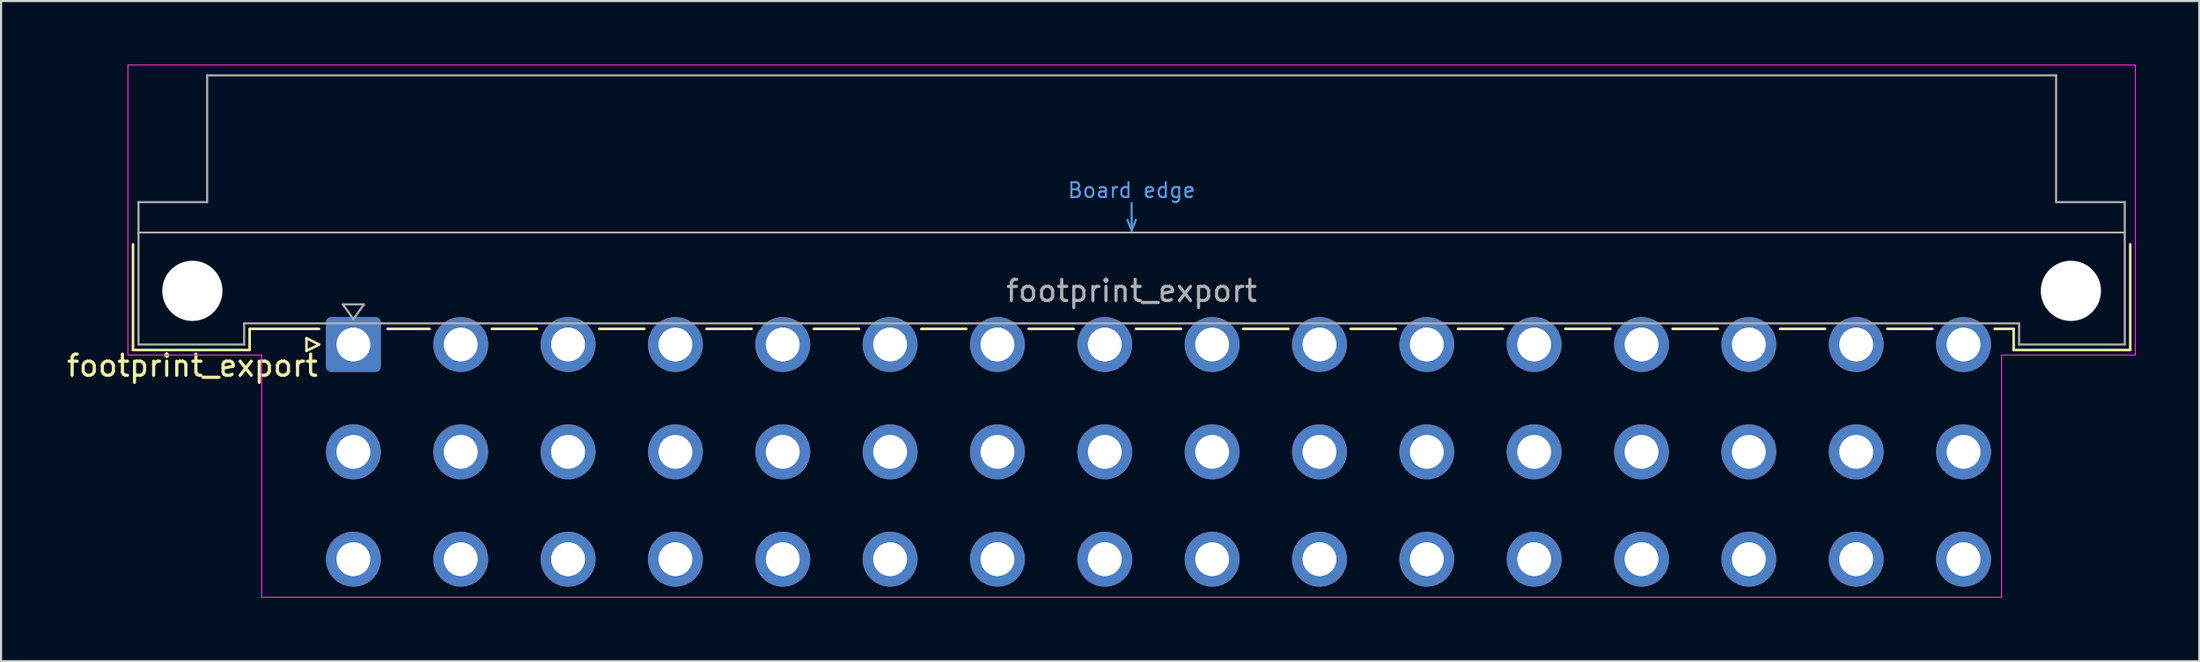
<source format=kicad_pcb>
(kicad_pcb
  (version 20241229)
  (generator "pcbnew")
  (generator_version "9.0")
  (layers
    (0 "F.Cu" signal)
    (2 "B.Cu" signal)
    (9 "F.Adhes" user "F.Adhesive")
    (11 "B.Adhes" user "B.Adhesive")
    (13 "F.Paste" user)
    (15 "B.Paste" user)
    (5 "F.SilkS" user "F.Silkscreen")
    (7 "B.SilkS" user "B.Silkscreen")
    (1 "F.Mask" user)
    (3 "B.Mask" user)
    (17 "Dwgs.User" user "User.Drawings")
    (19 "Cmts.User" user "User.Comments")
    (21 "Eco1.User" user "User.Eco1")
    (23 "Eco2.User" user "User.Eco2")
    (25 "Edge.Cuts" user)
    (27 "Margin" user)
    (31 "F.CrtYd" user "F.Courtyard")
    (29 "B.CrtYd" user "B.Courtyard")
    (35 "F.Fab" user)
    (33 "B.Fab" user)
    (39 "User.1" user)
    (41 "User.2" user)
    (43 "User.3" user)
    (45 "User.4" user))
  (footprint "footprint_export"
    (layer "F.Cu")
    (at 11.134 13.255)
    (property "Reference" "footprint_export" (at -5.08 1 0) (layer "F.SilkS") (effects (font (size 1 1) (thickness 0.15))))
    (attr through_hole)
    (fp_line (start -7.89 -4.74) (end -7.89 0.26) (stroke (width 0.12) (type solid)) (layer "F.SilkS"))
    (fp_line (start -7.89 0.26) (end -2.37 0.26) (stroke (width 0.12) (type solid)) (layer "F.SilkS"))
    (fp_line (start -2.371 -0.74) (end 0.92 -0.74) (stroke (width 0.12) (type solid)) (layer "F.SilkS"))
    (fp_line (start -2.37 0.26) (end -2.37 -0.74) (stroke (width 0.12) (type solid)) (layer "F.SilkS"))
    (fp_line (start 0.32 -0.3) (end 0.32 0.3) (stroke (width 0.12) (type solid)) (layer "F.SilkS"))
    (fp_line (start 0.32 0.3) (end 0.92 0) (stroke (width 0.12) (type solid)) (layer "F.SilkS"))
    (fp_line (start 0.92 0) (end 0.32 -0.3) (stroke (width 0.12) (type solid)) (layer "F.SilkS"))
    (fp_line (start 4.16 -0.74) (end 6.149 -0.74) (stroke (width 0.12) (type solid)) (layer "F.SilkS"))
    (fp_line (start 9.092 -0.74) (end 11.229 -0.74) (stroke (width 0.12) (type solid)) (layer "F.SilkS"))
    (fp_line (start 14.172 -0.74) (end 16.309 -0.74) (stroke (width 0.12) (type solid)) (layer "F.SilkS"))
    (fp_line (start 19.252 -0.74) (end 21.389 -0.74) (stroke (width 0.12) (type solid)) (layer "F.SilkS"))
    (fp_line (start 24.332 -0.74) (end 26.469 -0.74) (stroke (width 0.12) (type solid)) (layer "F.SilkS"))
    (fp_line (start 29.412 -0.74) (end 31.549 -0.74) (stroke (width 0.12) (type solid)) (layer "F.SilkS"))
    (fp_line (start 34.492 -0.74) (end 36.629 -0.74) (stroke (width 0.12) (type solid)) (layer "F.SilkS"))
    (fp_line (start 39.572 -0.74) (end 41.709 -0.74) (stroke (width 0.12) (type solid)) (layer "F.SilkS"))
    (fp_line (start 44.652 -0.74) (end 46.789 -0.74) (stroke (width 0.12) (type solid)) (layer "F.SilkS"))
    (fp_line (start 49.732 -0.74) (end 51.869 -0.74) (stroke (width 0.12) (type solid)) (layer "F.SilkS"))
    (fp_line (start 54.812 -0.74) (end 56.949 -0.74) (stroke (width 0.12) (type solid)) (layer "F.SilkS"))
    (fp_line (start 59.892 -0.74) (end 62.029 -0.74) (stroke (width 0.12) (type solid)) (layer "F.SilkS"))
    (fp_line (start 64.972 -0.74) (end 67.109 -0.74) (stroke (width 0.12) (type solid)) (layer "F.SilkS"))
    (fp_line (start 70.052 -0.74) (end 72.189 -0.74) (stroke (width 0.12) (type solid)) (layer "F.SilkS"))
    (fp_line (start 75.132 -0.74) (end 77.269 -0.74) (stroke (width 0.12) (type solid)) (layer "F.SilkS"))
    (fp_line (start 80.212 -0.74) (end 81.11 -0.74) (stroke (width 0.12) (type solid)) (layer "F.SilkS"))
    (fp_line (start 81.11 0.26) (end 81.11 -0.74) (stroke (width 0.12) (type solid)) (layer "F.SilkS"))
    (fp_line (start 86.63 -4.74) (end 86.63 0.26) (stroke (width 0.12) (type solid)) (layer "F.SilkS"))
    (fp_line (start 86.63 0.26) (end 81.11 0.26) (stroke (width 0.12) (type solid)) (layer "F.SilkS"))
    (fp_line (start -7.63 -5.3) (end 86.37 -5.3) (stroke (width 0.08) (type solid)) (layer "Dwgs.User"))
    (fp_line (start 39.17 -5.9) (end 39.37 -5.4) (stroke (width 0.1) (type solid)) (layer "Cmts.User"))
    (fp_line (start 39.37 -5.4) (end 39.37 -6.7) (stroke (width 0.1) (type solid)) (layer "Cmts.User"))
    (fp_line (start 39.37 -5.4) (end 39.57 -5.9) (stroke (width 0.1) (type solid)) (layer "Cmts.User"))
    (fp_line (start -8.13 -13.23) (end -8.13 0.5) (stroke (width 0.05) (type solid)) (layer "F.CrtYd"))
    (fp_line (start -8.13 0.5) (end -1.8 0.5) (stroke (width 0.05) (type solid)) (layer "F.CrtYd"))
    (fp_line (start -1.8 0.5) (end -1.8 11.96) (stroke (width 0.05) (type solid)) (layer "F.CrtYd"))
    (fp_line (start -1.8 11.96) (end 80.54 11.96) (stroke (width 0.05) (type solid)) (layer "F.CrtYd"))
    (fp_line (start 80.54 0.5) (end 86.87 0.5) (stroke (width 0.05) (type solid)) (layer "F.CrtYd"))
    (fp_line (start 80.54 11.96) (end 80.54 0.5) (stroke (width 0.05) (type solid)) (layer "F.CrtYd"))
    (fp_line (start 86.87 -13.23) (end -8.13 -13.23) (stroke (width 0.05) (type solid)) (layer "F.CrtYd"))
    (fp_line (start 86.87 0.5) (end 86.87 -13.23) (stroke (width 0.05) (type solid)) (layer "F.CrtYd"))
    (fp_line (start -7.63 -6.74) (end -7.63 0) (stroke (width 0.1) (type solid)) (layer "F.Fab"))
    (fp_line (start -7.63 0) (end -2.63 0) (stroke (width 0.1) (type solid)) (layer "F.Fab"))
    (fp_line (start -4.38 -12.74) (end -4.38 -6.74) (stroke (width 0.1) (type solid)) (layer "F.Fab"))
    (fp_line (start -4.38 -6.74) (end -7.63 -6.74) (stroke (width 0.1) (type solid)) (layer "F.Fab"))
    (fp_line (start -2.63 -1) (end 81.37 -1) (stroke (width 0.1) (type solid)) (layer "F.Fab"))
    (fp_line (start -2.63 0) (end -2.63 -1) (stroke (width 0.1) (type solid)) (layer "F.Fab"))
    (fp_line (start 2.04 -1.9) (end 3.04 -1.9) (stroke (width 0.1) (type solid)) (layer "F.Fab"))
    (fp_line (start 2.54 -1.2) (end 2.04 -1.9) (stroke (width 0.1) (type solid)) (layer "F.Fab"))
    (fp_line (start 3.04 -1.9) (end 2.54 -1.2) (stroke (width 0.1) (type solid)) (layer "F.Fab"))
    (fp_line (start 81.37 -1) (end 81.37 0) (stroke (width 0.1) (type solid)) (layer "F.Fab"))
    (fp_line (start 81.37 0) (end 86.37 0) (stroke (width 0.1) (type solid)) (layer "F.Fab"))
    (fp_line (start 83.12 -12.74) (end -4.38 -12.74) (stroke (width 0.1) (type solid)) (layer "F.Fab"))
    (fp_line (start 83.12 -6.74) (end 83.12 -12.74) (stroke (width 0.1) (type solid)) (layer "F.Fab"))
    (fp_line (start 86.37 -6.74) (end 83.12 -6.74) (stroke (width 0.1) (type solid)) (layer "F.Fab"))
    (fp_line (start 86.37 0) (end 86.37 -6.74) (stroke (width 0.1) (type solid)) (layer "F.Fab"))
    (fp_text user "Board edge" (at 39.37 -7.3 0) (layer "Cmts.User") (effects (font (size 0.7 0.7) (thickness 0.1))))
    (fp_text user "${REFERENCE}" (at 39.37 -2.54 0) (layer "F.Fab") (effects (font (size 1 1) (thickness 0.15))))
    (pad "" np_thru_hole circle (at -5.08 -2.54) (size 2.85 2.85) (drill 2.85) (layers "*.Cu" "*.Mask"))
    (pad "" np_thru_hole circle (at 83.82 -2.54) (size 2.85 2.85) (drill 2.85) (layers "*.Cu" "*.Mask"))
    (pad "a2" thru_hole roundrect (at 2.54 0) (size 2.6 2.6) (drill 1.6) (layers "*.Cu" "*.Mask") (roundrect_rratio 0.096))
    (pad "a4" thru_hole circle (at 7.62 0) (size 2.6 2.6) (drill 1.6) (layers "*.Cu" "*.Mask"))
    (pad "a6" thru_hole circle (at 12.7 0) (size 2.6 2.6) (drill 1.6) (layers "*.Cu" "*.Mask"))
    (pad "a8" thru_hole circle (at 17.78 0) (size 2.6 2.6) (drill 1.6) (layers "*.Cu" "*.Mask"))
    (pad "a10" thru_hole circle (at 22.86 0) (size 2.6 2.6) (drill 1.6) (layers "*.Cu" "*.Mask"))
    (pad "a12" thru_hole circle (at 27.94 0) (size 2.6 2.6) (drill 1.6) (layers "*.Cu" "*.Mask"))
    (pad "a14" thru_hole circle (at 33.02 0) (size 2.6 2.6) (drill 1.6) (layers "*.Cu" "*.Mask"))
    (pad "a16" thru_hole circle (at 38.1 0) (size 2.6 2.6) (drill 1.6) (layers "*.Cu" "*.Mask"))
    (pad "a18" thru_hole circle (at 43.18 0) (size 2.6 2.6) (drill 1.6) (layers "*.Cu" "*.Mask"))
    (pad "a20" thru_hole circle (at 48.26 0) (size 2.6 2.6) (drill 1.6) (layers "*.Cu" "*.Mask"))
    (pad "a22" thru_hole circle (at 53.34 0) (size 2.6 2.6) (drill 1.6) (layers "*.Cu" "*.Mask"))
    (pad "a24" thru_hole circle (at 58.42 0) (size 2.6 2.6) (drill 1.6) (layers "*.Cu" "*.Mask"))
    (pad "a26" thru_hole circle (at 63.5 0) (size 2.6 2.6) (drill 1.6) (layers "*.Cu" "*.Mask"))
    (pad "a28" thru_hole circle (at 68.58 0) (size 2.6 2.6) (drill 1.6) (layers "*.Cu" "*.Mask"))
    (pad "a30" thru_hole circle (at 73.66 0) (size 2.6 2.6) (drill 1.6) (layers "*.Cu" "*.Mask"))
    (pad "a32" thru_hole circle (at 78.74 0) (size 2.6 2.6) (drill 1.6) (layers "*.Cu" "*.Mask"))
    (pad "c2" thru_hole circle (at 2.54 5.08) (size 2.6 2.6) (drill 1.6) (layers "*.Cu" "*.Mask"))
    (pad "c4" thru_hole circle (at 7.62 5.08) (size 2.6 2.6) (drill 1.6) (layers "*.Cu" "*.Mask"))
    (pad "c6" thru_hole circle (at 12.7 5.08) (size 2.6 2.6) (drill 1.6) (layers "*.Cu" "*.Mask"))
    (pad "c8" thru_hole circle (at 17.78 5.08) (size 2.6 2.6) (drill 1.6) (layers "*.Cu" "*.Mask"))
    (pad "c10" thru_hole circle (at 22.86 5.08) (size 2.6 2.6) (drill 1.6) (layers "*.Cu" "*.Mask"))
    (pad "c12" thru_hole circle (at 27.94 5.08) (size 2.6 2.6) (drill 1.6) (layers "*.Cu" "*.Mask"))
    (pad "c14" thru_hole circle (at 33.02 5.08) (size 2.6 2.6) (drill 1.6) (layers "*.Cu" "*.Mask"))
    (pad "c16" thru_hole circle (at 38.1 5.08) (size 2.6 2.6) (drill 1.6) (layers "*.Cu" "*.Mask"))
    (pad "c18" thru_hole circle (at 43.18 5.08) (size 2.6 2.6) (drill 1.6) (layers "*.Cu" "*.Mask"))
    (pad "c20" thru_hole circle (at 48.26 5.08) (size 2.6 2.6) (drill 1.6) (layers "*.Cu" "*.Mask"))
    (pad "c22" thru_hole circle (at 53.34 5.08) (size 2.6 2.6) (drill 1.6) (layers "*.Cu" "*.Mask"))
    (pad "c24" thru_hole circle (at 58.42 5.08) (size 2.6 2.6) (drill 1.6) (layers "*.Cu" "*.Mask"))
    (pad "c26" thru_hole circle (at 63.5 5.08) (size 2.6 2.6) (drill 1.6) (layers "*.Cu" "*.Mask"))
    (pad "c28" thru_hole circle (at 68.58 5.08) (size 2.6 2.6) (drill 1.6) (layers "*.Cu" "*.Mask"))
    (pad "c30" thru_hole circle (at 73.66 5.08) (size 2.6 2.6) (drill 1.6) (layers "*.Cu" "*.Mask"))
    (pad "c32" thru_hole circle (at 78.74 5.08) (size 2.6 2.6) (drill 1.6) (layers "*.Cu" "*.Mask"))
    (pad "e2" thru_hole circle (at 2.54 10.16) (size 2.6 2.6) (drill 1.6) (layers "*.Cu" "*.Mask"))
    (pad "e4" thru_hole circle (at 7.62 10.16) (size 2.6 2.6) (drill 1.6) (layers "*.Cu" "*.Mask"))
    (pad "e6" thru_hole circle (at 12.7 10.16) (size 2.6 2.6) (drill 1.6) (layers "*.Cu" "*.Mask"))
    (pad "e8" thru_hole circle (at 17.78 10.16) (size 2.6 2.6) (drill 1.6) (layers "*.Cu" "*.Mask"))
    (pad "e10" thru_hole circle (at 22.86 10.16) (size 2.6 2.6) (drill 1.6) (layers "*.Cu" "*.Mask"))
    (pad "e12" thru_hole circle (at 27.94 10.16) (size 2.6 2.6) (drill 1.6) (layers "*.Cu" "*.Mask"))
    (pad "e14" thru_hole circle (at 33.02 10.16) (size 2.6 2.6) (drill 1.6) (layers "*.Cu" "*.Mask"))
    (pad "e16" thru_hole circle (at 38.1 10.16) (size 2.6 2.6) (drill 1.6) (layers "*.Cu" "*.Mask"))
    (pad "e18" thru_hole circle (at 43.18 10.16) (size 2.6 2.6) (drill 1.6) (layers "*.Cu" "*.Mask"))
    (pad "e20" thru_hole circle (at 48.26 10.16) (size 2.6 2.6) (drill 1.6) (layers "*.Cu" "*.Mask"))
    (pad "e22" thru_hole circle (at 53.34 10.16) (size 2.6 2.6) (drill 1.6) (layers "*.Cu" "*.Mask"))
    (pad "e24" thru_hole circle (at 58.42 10.16) (size 2.6 2.6) (drill 1.6) (layers "*.Cu" "*.Mask"))
    (pad "e26" thru_hole circle (at 63.5 10.16) (size 2.6 2.6) (drill 1.6) (layers "*.Cu" "*.Mask"))
    (pad "e28" thru_hole circle (at 68.58 10.16) (size 2.6 2.6) (drill 1.6) (layers "*.Cu" "*.Mask"))
    (pad "e30" thru_hole circle (at 73.66 10.16) (size 2.6 2.6) (drill 1.6) (layers "*.Cu" "*.Mask"))
    (pad "e32" thru_hole circle (at 78.74 10.16) (size 2.6 2.6) (drill 1.6) (layers "*.Cu" "*.Mask")))
  (gr_rect
    (start -3 -3)
    (end 101.029 28.24)
    (stroke (width 0.1) (type default))
    (fill no)
    (layer "Edge.Cuts")))
</source>
